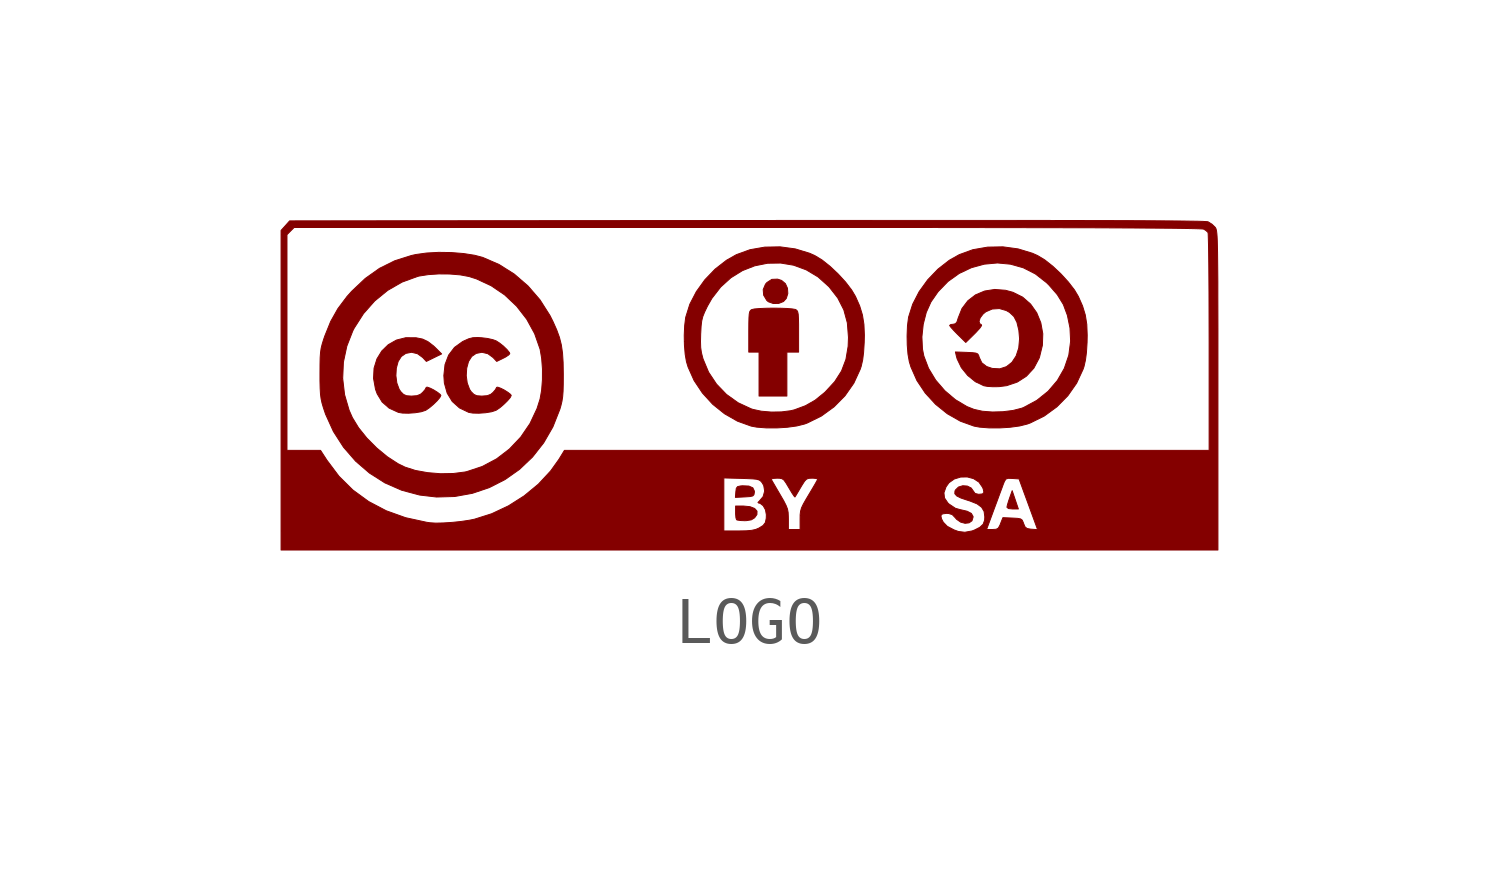
<source format=kicad_sym>
(kicad_symbol_lib
  (version 20220914)
  (generator kicad_symbol_editor)
  (symbol "LOGO"
    (pin_names
      (offset 1.016))
    (property "Reference" "#G"
      (at 0 2.869 0)
      (effects (font (size 1.27 1.27)) hide))
    (symbol "LOGO_0_0"
      (polyline (pts (xy 5.686 -2.464) (xy 5.62 -2.269) (xy 5.565 -2.425) (xy 5.545 -2.484) (xy 5.519 -2.57) (xy 5.508 -2.62) (xy 5.508 -2.623) (xy 5.541 -2.65) (xy 5.628 -2.659) (xy 5.752 -2.659) (xy 5.686 -2.464)) (stroke (width 0.01) (type default)) (fill (type outline)))
      (polyline (pts (xy -0.088 -2.402) (xy -0.07 -2.401) (xy 0.03 -2.394) (xy 0.085 -2.381) (xy 0.11 -2.355) (xy 0.119 -2.309) (xy 0.12 -2.279) (xy 0.087 -2.208) (xy 0.002 -2.17) (xy -0.134 -2.164) (xy -0.178 -2.168) (xy -0.239 -2.182) (xy -0.266 -2.218) (xy -0.276 -2.293) (xy -0.285 -2.412) (xy -0.088 -2.402)) (stroke (width 0.01) (type default)) (fill (type outline)))
      (polyline (pts (xy -0.052 -2.908) (xy 0.054 -2.891) (xy 0.125 -2.847) (xy 0.174 -2.777) (xy 0.176 -2.706) (xy 0.125 -2.648) (xy 0.026 -2.61) (xy -0.116 -2.596) (xy -0.281 -2.596) (xy -0.281 -2.732) (xy -0.281 -2.767) (xy -0.274 -2.847) (xy -0.261 -2.888) (xy -0.246 -2.895) (xy -0.181 -2.905) (xy -0.089 -2.909) (xy -0.052 -2.908)) (stroke (width 0.01) (type default)) (fill (type outline)))
      (polyline (pts (xy 0.637 1.726) (xy 0.741 1.767) (xy 0.801 1.834) (xy 0.833 1.938) (xy 0.826 2.05) (xy 0.781 2.149) (xy 0.7 2.217) (xy 0.615 2.245) (xy 0.493 2.24) (xy 0.39 2.175) (xy 0.357 2.138) (xy 0.308 2.023) (xy 0.317 1.903) (xy 0.384 1.791) (xy 0.418 1.762) (xy 0.521 1.725) (xy 0.637 1.726)) (stroke (width 0.01) (type default)) (fill (type outline)))
      (polyline (pts (xy 0.813 0.219) (xy 0.813 0.688) (xy 0.938 0.688) (xy 1.063 0.688) (xy 1.063 1.125) (xy 1.063 1.281) (xy 1.06 1.409) (xy 1.055 1.494) (xy 1.044 1.547) (xy 1.027 1.577) (xy 1.003 1.594) (xy 0.995 1.598) (xy 0.924 1.61) (xy 0.811 1.619) (xy 0.669 1.624) (xy 0.513 1.626) (xy 0.359 1.623) (xy 0.223 1.617) (xy 0.118 1.608) (xy 0.06 1.594) (xy 0.039 1.579) (xy 0.021 1.551) (xy 0.01 1.502) (xy 0.004 1.422) (xy 0.001 1.3) (xy 0 1.125) (xy 0 0.688) (xy 0.11 0.688) (xy 0.219 0.688) (xy 0.219 0.219) (xy 0.219 -0.25) (xy 0.516 -0.25) (xy 0.813 -0.25) (xy 0.813 0.219)) (stroke (width 0.01) (type default)) (fill (type outline)))
      (polyline (pts (xy -7.119 -0.606) (xy -6.989 -0.585) (xy -6.897 -0.555) (xy -6.889 -0.551) (xy -6.813 -0.499) (xy -6.728 -0.427) (xy -6.649 -0.35) (xy -6.592 -0.282) (xy -6.569 -0.237) (xy -6.584 -0.215) (xy -6.641 -0.17) (xy -6.726 -0.117) (xy -6.794 -0.083) (xy -6.857 -0.06) (xy -6.882 -0.064) (xy -6.882 -0.067) (xy -6.907 -0.113) (xy -6.959 -0.173) (xy -7.005 -0.212) (xy -7.08 -0.242) (xy -7.19 -0.25) (xy -7.207 -0.25) (xy -7.302 -0.243) (xy -7.366 -0.215) (xy -7.424 -0.157) (xy -7.459 -0.106) (xy -7.509 0.029) (xy -7.529 0.185) (xy -7.52 0.345) (xy -7.481 0.488) (xy -7.413 0.595) (xy -7.319 0.66) (xy -7.195 0.684) (xy -7.069 0.654) (xy -6.956 0.572) (xy -6.879 0.489) (xy -6.716 0.569) (xy -6.553 0.649) (xy -6.694 0.79) (xy -6.727 0.821) (xy -6.848 0.913) (xy -6.96 0.966) (xy -7.1 0.994) (xy -7.319 0.995) (xy -7.517 0.945) (xy -7.69 0.848) (xy -7.83 0.712) (xy -7.934 0.542) (xy -7.995 0.345) (xy -8.006 0.127) (xy -7.964 -0.106) (xy -7.928 -0.203) (xy -7.823 -0.376) (xy -7.674 -0.507) (xy -7.476 -0.598) (xy -7.39 -0.613) (xy -7.261 -0.616) (xy -7.119 -0.606)) (stroke (width 0.01) (type default)) (fill (type outline)))
      (polyline (pts (xy -5.617 -0.606) (xy -5.488 -0.585) (xy -5.396 -0.555) (xy -5.388 -0.551) (xy -5.311 -0.499) (xy -5.227 -0.427) (xy -5.148 -0.35) (xy -5.09 -0.282) (xy -5.068 -0.237) (xy -5.082 -0.215) (xy -5.139 -0.17) (xy -5.224 -0.117) (xy -5.293 -0.083) (xy -5.356 -0.06) (xy -5.38 -0.064) (xy -5.381 -0.067) (xy -5.405 -0.113) (xy -5.457 -0.173) (xy -5.504 -0.212) (xy -5.579 -0.242) (xy -5.689 -0.25) (xy -5.706 -0.25) (xy -5.801 -0.243) (xy -5.864 -0.215) (xy -5.923 -0.157) (xy -5.957 -0.106) (xy -6.007 0.029) (xy -6.028 0.185) (xy -6.018 0.345) (xy -5.979 0.488) (xy -5.911 0.595) (xy -5.817 0.66) (xy -5.693 0.684) (xy -5.567 0.654) (xy -5.455 0.572) (xy -5.378 0.489) (xy -5.239 0.557) (xy -5.19 0.582) (xy -5.125 0.625) (xy -5.099 0.654) (xy -5.108 0.679) (xy -5.156 0.739) (xy -5.229 0.81) (xy -5.313 0.878) (xy -5.391 0.928) (xy -5.46 0.953) (xy -5.574 0.979) (xy -5.7 0.994) (xy -5.782 0.999) (xy -5.886 0.995) (xy -5.976 0.972) (xy -6.083 0.924) (xy -6.107 0.912) (xy -6.279 0.788) (xy -6.404 0.624) (xy -6.481 0.422) (xy -6.506 0.188) (xy -6.495 0.027) (xy -6.435 -0.187) (xy -6.327 -0.365) (xy -6.173 -0.503) (xy -5.975 -0.598) (xy -5.889 -0.613) (xy -5.759 -0.616) (xy -5.617 -0.606)) (stroke (width 0.01) (type default)) (fill (type outline)))
      (polyline (pts (xy 5.34 -0.049) (xy 5.503 -0.028) (xy 5.73 0.049) (xy 5.925 0.175) (xy 6.082 0.345) (xy 6.194 0.556) (xy 6.204 0.584) (xy 6.265 0.834) (xy 6.273 1.08) (xy 6.231 1.314) (xy 6.144 1.527) (xy 6.013 1.712) (xy 5.843 1.861) (xy 5.636 1.964) (xy 5.478 2.007) (xy 5.248 2.025) (xy 5.032 1.991) (xy 4.839 1.91) (xy 4.675 1.784) (xy 4.549 1.618) (xy 4.468 1.415) (xy 4.444 1.337) (xy 4.411 1.294) (xy 4.36 1.282) (xy 4.312 1.277) (xy 4.285 1.258) (xy 4.286 1.254) (xy 4.315 1.215) (xy 4.376 1.147) (xy 4.458 1.063) (xy 4.63 0.894) (xy 4.819 1.08) (xy 4.846 1.107) (xy 4.93 1.199) (xy 4.968 1.255) (xy 4.959 1.277) (xy 4.929 1.293) (xy 4.913 1.345) (xy 4.938 1.42) (xy 5 1.501) (xy 5.057 1.548) (xy 5.194 1.607) (xy 5.347 1.617) (xy 5.494 1.575) (xy 5.565 1.534) (xy 5.658 1.446) (xy 5.721 1.324) (xy 5.762 1.155) (xy 5.778 0.973) (xy 5.76 0.775) (xy 5.704 0.605) (xy 5.615 0.47) (xy 5.497 0.377) (xy 5.356 0.331) (xy 5.194 0.34) (xy 5.073 0.381) (xy 4.972 0.46) (xy 4.917 0.576) (xy 4.905 0.617) (xy 4.885 0.649) (xy 4.845 0.667) (xy 4.772 0.676) (xy 4.65 0.682) (xy 4.409 0.691) (xy 4.429 0.604) (xy 4.446 0.542) (xy 4.536 0.356) (xy 4.67 0.19) (xy 4.835 0.056) (xy 5.016 -0.03) (xy 5.095 -0.044) (xy 5.212 -0.051) (xy 5.34 -0.049)) (stroke (width 0.01) (type default)) (fill (type outline)))
      (polyline (pts (xy 5.573 -0.916) (xy 5.779 -0.888) (xy 5.943 -0.847) (xy 6.008 -0.823) (xy 6.305 -0.676) (xy 6.574 -0.48) (xy 6.807 -0.244) (xy 6.996 0.026) (xy 7.133 0.322) (xy 7.154 0.385) (xy 7.184 0.52) (xy 7.205 0.683) (xy 7.218 0.892) (xy 7.221 1.05) (xy 7.212 1.28) (xy 7.18 1.481) (xy 7.121 1.674) (xy 7.031 1.877) (xy 6.95 2.013) (xy 6.818 2.184) (xy 6.66 2.357) (xy 6.488 2.519) (xy 6.317 2.654) (xy 6.162 2.748) (xy 6.052 2.797) (xy 5.746 2.89) (xy 5.423 2.934) (xy 5.097 2.928) (xy 4.781 2.873) (xy 4.49 2.767) (xy 4.279 2.648) (xy 4.036 2.458) (xy 3.818 2.231) (xy 3.635 1.978) (xy 3.497 1.71) (xy 3.411 1.439) (xy 3.408 1.423) (xy 3.386 1.251) (xy 3.378 1.048) (xy 3.378 1.012) (xy 3.694 1.012) (xy 3.722 1.28) (xy 3.787 1.535) (xy 3.887 1.758) (xy 4.04 1.978) (xy 4.251 2.195) (xy 4.49 2.366) (xy 4.75 2.489) (xy 5.024 2.564) (xy 5.304 2.59) (xy 5.584 2.564) (xy 5.857 2.487) (xy 6.114 2.356) (xy 6.351 2.171) (xy 6.406 2.117) (xy 6.583 1.913) (xy 6.712 1.703) (xy 6.798 1.472) (xy 6.853 1.203) (xy 6.867 0.922) (xy 6.828 0.622) (xy 6.732 0.34) (xy 6.584 0.082) (xy 6.387 -0.148) (xy 6.145 -0.342) (xy 5.861 -0.495) (xy 5.821 -0.51) (xy 5.638 -0.557) (xy 5.423 -0.584) (xy 5.198 -0.59) (xy 4.985 -0.574) (xy 4.806 -0.534) (xy 4.655 -0.474) (xy 4.408 -0.327) (xy 4.182 -0.135) (xy 3.987 0.091) (xy 3.835 0.342) (xy 3.735 0.606) (xy 3.706 0.753) (xy 3.694 1.012) (xy 3.378 1.012) (xy 3.381 0.838) (xy 3.397 0.642) (xy 3.425 0.485) (xy 3.46 0.369) (xy 3.587 0.082) (xy 3.765 -0.185) (xy 3.985 -0.425) (xy 4.237 -0.628) (xy 4.514 -0.786) (xy 4.806 -0.891) (xy 4.925 -0.913) (xy 5.125 -0.929) (xy 5.349 -0.93) (xy 5.573 -0.916)) (stroke (width 0.01) (type default)) (fill (type outline)))
      (polyline (pts (xy 0.819 -0.916) (xy 1.024 -0.888) (xy 1.189 -0.847) (xy 1.253 -0.823) (xy 1.55 -0.676) (xy 1.82 -0.48) (xy 2.053 -0.244) (xy 2.242 0.026) (xy 2.378 0.322) (xy 2.399 0.385) (xy 2.43 0.52) (xy 2.45 0.683) (xy 2.463 0.892) (xy 2.467 1.05) (xy 2.457 1.28) (xy 2.425 1.481) (xy 2.366 1.674) (xy 2.276 1.877) (xy 2.195 2.013) (xy 2.064 2.184) (xy 1.905 2.357) (xy 1.733 2.519) (xy 1.563 2.654) (xy 1.408 2.748) (xy 1.298 2.797) (xy 0.992 2.89) (xy 0.668 2.934) (xy 0.342 2.928) (xy 0.027 2.873) (xy -0.265 2.767) (xy -0.475 2.648) (xy -0.719 2.458) (xy -0.937 2.231) (xy -1.119 1.978) (xy -1.258 1.71) (xy -1.343 1.439) (xy -1.347 1.423) (xy -1.368 1.251) (xy -1.377 1.048) (xy -1.375 0.914) (xy -1.03 0.914) (xy -1.026 1.082) (xy -1.025 1.092) (xy -1.017 1.242) (xy -1.004 1.353) (xy -0.981 1.446) (xy -0.942 1.543) (xy -0.883 1.666) (xy -0.788 1.833) (xy -0.6 2.076) (xy -0.381 2.274) (xy -0.136 2.426) (xy 0.127 2.529) (xy 0.401 2.584) (xy 0.68 2.588) (xy 0.957 2.542) (xy 1.226 2.443) (xy 1.478 2.292) (xy 1.709 2.085) (xy 1.713 2.081) (xy 1.899 1.842) (xy 2.028 1.589) (xy 2.103 1.312) (xy 2.127 1.002) (xy 2.12 0.812) (xy 2.073 0.533) (xy 1.979 0.285) (xy 1.834 0.058) (xy 1.633 -0.16) (xy 1.617 -0.175) (xy 1.416 -0.338) (xy 1.209 -0.456) (xy 0.972 -0.544) (xy 0.894 -0.563) (xy 0.697 -0.588) (xy 0.479 -0.591) (xy 0.267 -0.573) (xy 0.087 -0.534) (xy 0.051 -0.522) (xy -0.227 -0.393) (xy -0.476 -0.215) (xy -0.688 0.005) (xy -0.857 0.259) (xy -0.974 0.539) (xy -0.98 0.558) (xy -1.01 0.675) (xy -1.026 0.786) (xy -1.03 0.914) (xy -1.375 0.914) (xy -1.373 0.838) (xy -1.357 0.642) (xy -1.33 0.485) (xy -1.295 0.369) (xy -1.167 0.082) (xy -0.989 -0.185) (xy -0.77 -0.425) (xy -0.517 -0.628) (xy -0.241 -0.786) (xy 0.051 -0.891) (xy 0.17 -0.913) (xy 0.371 -0.929) (xy 0.594 -0.93) (xy 0.819 -0.916)) (stroke (width 0.01) (type default)) (fill (type outline)))
      (polyline (pts (xy -6.274 -2.393) (xy -5.897 -2.325) (xy -5.538 -2.204) (xy -5.202 -2.033) (xy -4.892 -1.815) (xy -4.615 -1.552) (xy -4.376 -1.248) (xy -4.179 -0.907) (xy -4.03 -0.53) (xy -4.008 -0.454) (xy -3.986 -0.362) (xy -3.971 -0.264) (xy -3.962 -0.147) (xy -3.958 0.004) (xy -3.957 0.203) (xy -3.957 0.217) (xy -3.961 0.466) (xy -3.974 0.669) (xy -3.999 0.842) (xy -4.039 1.001) (xy -4.098 1.163) (xy -4.178 1.342) (xy -4.243 1.471) (xy -4.455 1.804) (xy -4.711 2.1) (xy -5.004 2.353) (xy -5.329 2.558) (xy -5.678 2.709) (xy -5.849 2.754) (xy -6.085 2.791) (xy -6.347 2.812) (xy -6.617 2.816) (xy -6.875 2.802) (xy -7.104 2.77) (xy -7.199 2.749) (xy -7.553 2.637) (xy -7.879 2.475) (xy -8.183 2.259) (xy -8.472 1.986) (xy -8.574 1.872) (xy -8.767 1.615) (xy -8.92 1.343) (xy -9.046 1.032) (xy -9.071 0.959) (xy -9.102 0.859) (xy -9.124 0.77) (xy -9.137 0.678) (xy -9.145 0.568) (xy -9.148 0.425) (xy -9.149 0.235) (xy -9.149 0.125) (xy -8.664 0.125) (xy -8.649 0.473) (xy -8.576 0.815) (xy -8.448 1.142) (xy -8.418 1.2) (xy -8.22 1.509) (xy -7.981 1.779) (xy -7.704 2.005) (xy -7.398 2.181) (xy -7.067 2.302) (xy -7.032 2.311) (xy -6.839 2.341) (xy -6.614 2.356) (xy -6.379 2.354) (xy -6.159 2.336) (xy -5.975 2.302) (xy -5.813 2.251) (xy -5.497 2.104) (xy -5.208 1.908) (xy -4.953 1.667) (xy -4.738 1.39) (xy -4.569 1.082) (xy -4.453 0.751) (xy -4.451 0.743) (xy -4.419 0.553) (xy -4.402 0.328) (xy -4.403 0.093) (xy -4.42 -0.128) (xy -4.453 -0.313) (xy -4.518 -0.517) (xy -4.668 -0.836) (xy -4.866 -1.126) (xy -5.106 -1.379) (xy -5.381 -1.59) (xy -5.686 -1.752) (xy -6.014 -1.861) (xy -6.054 -1.87) (xy -6.303 -1.902) (xy -6.576 -1.907) (xy -6.853 -1.884) (xy -7.113 -1.837) (xy -7.335 -1.766) (xy -7.484 -1.693) (xy -7.713 -1.544) (xy -7.939 -1.357) (xy -8.148 -1.147) (xy -8.325 -0.927) (xy -8.457 -0.711) (xy -8.527 -0.552) (xy -8.624 -0.22) (xy -8.664 0.125) (xy -9.149 0.125) (xy -9.149 0.074) (xy -9.145 -0.086) (xy -9.138 -0.208) (xy -9.125 -0.309) (xy -9.105 -0.401) (xy -9.076 -0.499) (xy -9.03 -0.636) (xy -8.862 -1.006) (xy -8.646 -1.342) (xy -8.388 -1.639) (xy -8.092 -1.894) (xy -7.763 -2.103) (xy -7.404 -2.26) (xy -7.022 -2.362) (xy -6.662 -2.404) (xy -6.274 -2.393)) (stroke (width 0.01) (type default)) (fill (type outline)))
      (polyline (pts (xy 10.01 -0.129) (xy 10.01 0.256) (xy 10.01 0.749) (xy 10.01 1.185) (xy 10.009 1.568) (xy 10.008 1.902) (xy 10.008 2.19) (xy 10.006 2.435) (xy 10.004 2.642) (xy 10.002 2.813) (xy 9.999 2.953) (xy 9.996 3.065) (xy 9.992 3.152) (xy 9.987 3.217) (xy 9.981 3.266) (xy 9.974 3.3) (xy 9.967 3.324) (xy 9.958 3.341) (xy 9.948 3.354) (xy 9.884 3.416) (xy 9.8 3.468) (xy 9.793 3.47) (xy 9.755 3.473) (xy 9.682 3.477) (xy 9.575 3.48) (xy 9.43 3.482) (xy 9.247 3.485) (xy 9.025 3.487) (xy 8.761 3.489) (xy 8.455 3.491) (xy 8.105 3.493) (xy 7.71 3.494) (xy 7.268 3.495) (xy 6.778 3.496) (xy 6.238 3.497) (xy 5.647 3.498) (xy 5.003 3.498) (xy 4.306 3.498) (xy 3.553 3.498) (xy 2.743 3.498) (xy 1.875 3.497) (xy 0.947 3.497) (xy -0.042 3.496) (xy -9.796 3.488) (xy -9.887 3.386) (xy -9.979 3.284) (xy -9.979 3.193) (xy -9.853 3.193) (xy -9.777 3.27) (xy -9.7 3.347) (xy -0.031 3.347) (xy 0.344 3.347) (xy 1.304 3.347) (xy 2.204 3.347) (xy 3.044 3.346) (xy 3.827 3.346) (xy 4.553 3.345) (xy 5.225 3.344) (xy 5.843 3.343) (xy 6.409 3.342) (xy 6.925 3.341) (xy 7.392 3.34) (xy 7.811 3.338) (xy 8.185 3.336) (xy 8.513 3.334) (xy 8.799 3.332) (xy 9.042 3.33) (xy 9.245 3.327) (xy 9.41 3.324) (xy 9.537 3.321) (xy 9.627 3.318) (xy 9.684 3.315) (xy 9.707 3.311) (xy 9.754 3.282) (xy 9.798 3.241) (xy 9.802 3.207) (xy 9.805 3.115) (xy 9.809 2.971) (xy 9.812 2.779) (xy 9.815 2.544) (xy 9.817 2.271) (xy 9.819 1.965) (xy 9.82 1.631) (xy 9.821 1.274) (xy 9.822 0.899) (xy 9.822 -1.408) (xy 2.945 -1.408) (xy -3.933 -1.408) (xy -4.052 -1.602) (xy -4.228 -1.848) (xy -4.489 -2.129) (xy -4.792 -2.379) (xy -5.127 -2.592) (xy -5.484 -2.76) (xy -5.853 -2.877) (xy -5.956 -2.898) (xy -6.133 -2.925) (xy -6.325 -2.945) (xy -6.514 -2.957) (xy -6.68 -2.961) (xy -6.804 -2.953) (xy -6.872 -2.943) (xy -7.322 -2.845) (xy -7.735 -2.697) (xy -8.11 -2.5) (xy -8.447 -2.254) (xy -8.744 -1.96) (xy -9 -1.619) (xy -9.137 -1.408) (xy -9.495 -1.408) (xy -9.853 -1.408) (xy -9.853 0.893) (xy -9.853 3.193) (xy -9.979 3.193) (xy -9.979 -0.126) (xy -9.979 -3.128) (xy -0.532 -3.128) (xy -0.532 -2.562) (xy -0.532 -1.997) (xy -0.154 -2.007) (xy -0.036 -2.011) (xy 0.087 -2.017) (xy 0.167 -2.025) (xy 0.479 -2.025) (xy 0.481 -2.019) (xy 0.523 -2.007) (xy 0.602 -2.002) (xy 0.655 -2.003) (xy 0.708 -2.013) (xy 0.75 -2.042) (xy 0.794 -2.104) (xy 0.856 -2.208) (xy 0.869 -2.23) (xy 0.924 -2.322) (xy 0.966 -2.384) (xy 0.985 -2.404) (xy 0.985 -2.403) (xy 1.008 -2.368) (xy 1.052 -2.294) (xy 1.109 -2.197) (xy 1.139 -2.147) (xy 1.191 -2.066) (xy 1.234 -2.022) (xy 1.281 -2.005) (xy 1.347 -2.002) (xy 1.373 -2.002) (xy 1.442 -2.009) (xy 1.47 -2.021) (xy 1.457 -2.051) (xy 1.417 -2.123) (xy 1.356 -2.227) (xy 1.282 -2.351) (xy 1.226 -2.445) (xy 1.164 -2.554) (xy 1.125 -2.636) (xy 1.105 -2.707) (xy 1.096 -2.783) (xy 1.096 -2.801) (xy 4.098 -2.801) (xy 4.132 -2.764) (xy 4.217 -2.753) (xy 4.263 -2.755) (xy 4.341 -2.779) (xy 4.405 -2.845) (xy 4.435 -2.88) (xy 4.521 -2.94) (xy 4.615 -2.965) (xy 4.7 -2.955) (xy 4.762 -2.911) (xy 4.786 -2.832) (xy 4.785 -2.818) (xy 4.749 -2.754) (xy 4.659 -2.707) (xy 4.511 -2.673) (xy 4.408 -2.644) (xy 4.269 -2.551) (xy 4.247 -2.529) (xy 4.176 -2.424) (xy 4.164 -2.314) (xy 4.209 -2.187) (xy 4.272 -2.099) (xy 4.386 -2.019) (xy 4.521 -1.978) (xy 4.663 -1.976) (xy 4.797 -2.012) (xy 4.911 -2.086) (xy 4.988 -2.198) (xy 5.003 -2.236) (xy 5.017 -2.305) (xy 4.987 -2.338) (xy 4.909 -2.346) (xy 4.903 -2.346) (xy 4.828 -2.328) (xy 4.786 -2.269) (xy 4.746 -2.212) (xy 4.663 -2.17) (xy 4.566 -2.163) (xy 4.474 -2.191) (xy 4.409 -2.255) (xy 4.399 -2.278) (xy 4.396 -2.333) (xy 4.437 -2.381) (xy 4.527 -2.426) (xy 4.673 -2.475) (xy 4.721 -2.49) (xy 4.871 -2.55) (xy 4.968 -2.622) (xy 5.021 -2.712) (xy 5.036 -2.828) (xy 5.032 -2.898) (xy 5.001 -2.984) (xy 4.93 -3.05) (xy 4.838 -3.097) (xy 5.074 -3.097) (xy 5.227 -2.682) (xy 5.239 -2.649) (xy 5.3 -2.486) (xy 5.355 -2.336) (xy 5.401 -2.213) (xy 5.43 -2.133) (xy 5.455 -2.071) (xy 5.487 -2.021) (xy 5.535 -2.005) (xy 5.624 -2.008) (xy 5.767 -2.018) (xy 5.858 -2.268) (xy 5.872 -2.307) (xy 5.931 -2.467) (xy 5.996 -2.645) (xy 6.056 -2.809) (xy 6.162 -3.1) (xy 6.032 -3.091) (xy 6.018 -3.09) (xy 5.939 -3.076) (xy 5.895 -3.042) (xy 5.865 -2.972) (xy 5.856 -2.946) (xy 5.834 -2.897) (xy 5.799 -2.871) (xy 5.735 -2.859) (xy 5.625 -2.853) (xy 5.422 -2.844) (xy 5.372 -2.97) (xy 5.36 -3.002) (xy 5.325 -3.066) (xy 5.279 -3.092) (xy 5.198 -3.097) (xy 5.074 -3.097) (xy 4.838 -3.097) (xy 4.809 -3.111) (xy 4.763 -3.128) (xy 4.61 -3.156) (xy 4.473 -3.139) (xy 4.381 -3.106) (xy 4.235 -3.029) (xy 4.15 -2.941) (xy 4.113 -2.87) (xy 4.098 -2.801) (xy 1.096 -2.801) (xy 1.095 -2.879) (xy 1.095 -3.097) (xy 0.97 -3.097) (xy 0.845 -3.097) (xy 0.845 -2.875) (xy 0.844 -2.822) (xy 0.84 -2.734) (xy 0.826 -2.66) (xy 0.796 -2.583) (xy 0.746 -2.485) (xy 0.668 -2.351) (xy 0.606 -2.245) (xy 0.544 -2.138) (xy 0.499 -2.061) (xy 0.479 -2.025) (xy 0.167 -2.025) (xy 0.168 -2.026) (xy 0.22 -2.04) (xy 0.254 -2.063) (xy 0.283 -2.096) (xy 0.319 -2.158) (xy 0.339 -2.277) (xy 0.306 -2.395) (xy 0.222 -2.494) (xy 0.196 -2.519) (xy 0.211 -2.533) (xy 0.241 -2.538) (xy 0.307 -2.589) (xy 0.356 -2.676) (xy 0.375 -2.781) (xy 0.373 -2.857) (xy 0.354 -2.949) (xy 0.305 -3.012) (xy 0.216 -3.067) (xy 0.147 -3.096) (xy 0.06 -3.115) (xy -0.056 -3.125) (xy -0.218 -3.128) (xy -0.532 -3.128) (xy -9.979 -3.128) (xy -9.979 -3.535) (xy 0.016 -3.535) (xy 10.01 -3.535) (xy 10.01 -0.129)) (stroke (width 0.01) (type default)) (fill (type outline))))))
</source>
